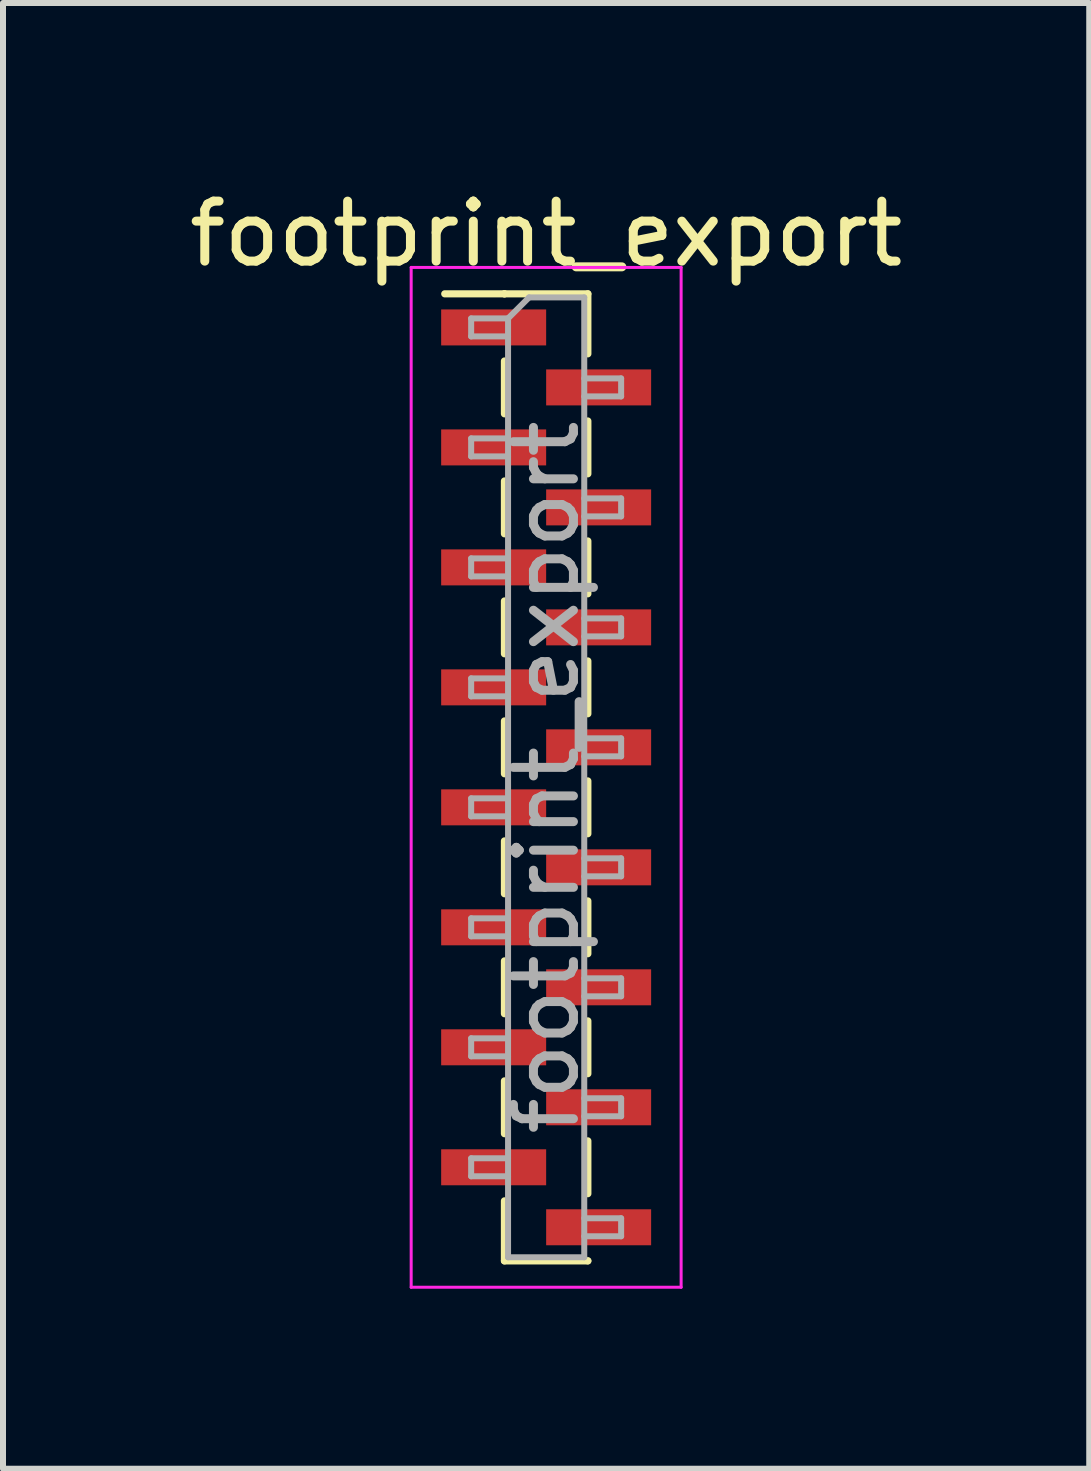
<source format=kicad_pcb>
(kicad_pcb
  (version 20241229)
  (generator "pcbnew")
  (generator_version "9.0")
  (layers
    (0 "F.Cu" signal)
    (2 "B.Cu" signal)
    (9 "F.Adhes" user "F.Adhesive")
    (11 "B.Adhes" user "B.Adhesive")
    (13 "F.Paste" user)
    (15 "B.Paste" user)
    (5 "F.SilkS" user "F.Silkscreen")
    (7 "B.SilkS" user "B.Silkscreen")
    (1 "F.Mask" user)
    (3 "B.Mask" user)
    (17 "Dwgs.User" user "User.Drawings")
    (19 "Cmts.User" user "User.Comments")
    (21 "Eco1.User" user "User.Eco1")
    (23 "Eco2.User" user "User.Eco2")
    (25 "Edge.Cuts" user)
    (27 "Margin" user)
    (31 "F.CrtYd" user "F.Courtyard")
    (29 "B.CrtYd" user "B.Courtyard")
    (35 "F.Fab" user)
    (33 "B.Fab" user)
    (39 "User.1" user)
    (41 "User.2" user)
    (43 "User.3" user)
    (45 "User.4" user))
  (footprint "footprint_export"
    (layer "F.Cu")
    (at 6.054 9.908)
    (property "Reference" "footprint_export" (at 0 -9.06 0) (layer "F.SilkS") (effects (font (size 1 1) (thickness 0.15))))
    (attr smd)
    (fp_line (start -0.695 -8.06) (end -1.69 -8.06) (stroke (width 0.12) (type solid)) (layer "F.SilkS"))
    (fp_line (start -0.695 -8.06) (end -0.695 -8.06) (stroke (width 0.12) (type solid)) (layer "F.SilkS"))
    (fp_line (start -0.695 -8.06) (end 0.695 -8.06) (stroke (width 0.12) (type solid)) (layer "F.SilkS"))
    (fp_line (start -0.695 -6.94) (end -0.695 -6.06) (stroke (width 0.12) (type solid)) (layer "F.SilkS"))
    (fp_line (start -0.695 -4.94) (end -0.695 -4.06) (stroke (width 0.12) (type solid)) (layer "F.SilkS"))
    (fp_line (start -0.695 -2.94) (end -0.695 -2.06) (stroke (width 0.12) (type solid)) (layer "F.SilkS"))
    (fp_line (start -0.695 -0.94) (end -0.695 -0.06) (stroke (width 0.12) (type solid)) (layer "F.SilkS"))
    (fp_line (start -0.695 1.06) (end -0.695 1.94) (stroke (width 0.12) (type solid)) (layer "F.SilkS"))
    (fp_line (start -0.695 3.06) (end -0.695 3.94) (stroke (width 0.12) (type solid)) (layer "F.SilkS"))
    (fp_line (start -0.695 5.06) (end -0.695 5.94) (stroke (width 0.12) (type solid)) (layer "F.SilkS"))
    (fp_line (start -0.695 7.06) (end -0.695 8.06) (stroke (width 0.12) (type solid)) (layer "F.SilkS"))
    (fp_line (start -0.695 8.06) (end 0.695 8.06) (stroke (width 0.12) (type solid)) (layer "F.SilkS"))
    (fp_line (start 0.695 -8.06) (end 0.695 -7.06) (stroke (width 0.12) (type solid)) (layer "F.SilkS"))
    (fp_line (start 0.695 -5.94) (end 0.695 -5.06) (stroke (width 0.12) (type solid)) (layer "F.SilkS"))
    (fp_line (start 0.695 -3.94) (end 0.695 -3.06) (stroke (width 0.12) (type solid)) (layer "F.SilkS"))
    (fp_line (start 0.695 -1.94) (end 0.695 -1.06) (stroke (width 0.12) (type solid)) (layer "F.SilkS"))
    (fp_line (start 0.695 0.06) (end 0.695 0.94) (stroke (width 0.12) (type solid)) (layer "F.SilkS"))
    (fp_line (start 0.695 2.06) (end 0.695 2.94) (stroke (width 0.12) (type solid)) (layer "F.SilkS"))
    (fp_line (start 0.695 4.06) (end 0.695 4.94) (stroke (width 0.12) (type solid)) (layer "F.SilkS"))
    (fp_line (start 0.695 6.06) (end 0.695 6.94) (stroke (width 0.12) (type solid)) (layer "F.SilkS"))
    (fp_line (start 0.695 8.06) (end 0.695 8.06) (stroke (width 0.12) (type solid)) (layer "F.SilkS"))
    (fp_line (start -2.25 -8.5) (end -2.25 8.5) (stroke (width 0.05) (type solid)) (layer "F.CrtYd"))
    (fp_line (start -2.25 8.5) (end 2.25 8.5) (stroke (width 0.05) (type solid)) (layer "F.CrtYd"))
    (fp_line (start 2.25 -8.5) (end -2.25 -8.5) (stroke (width 0.05) (type solid)) (layer "F.CrtYd"))
    (fp_line (start 2.25 8.5) (end 2.25 -8.5) (stroke (width 0.05) (type solid)) (layer "F.CrtYd"))
    (fp_line (start -1.25 -7.65) (end -1.25 -7.35) (stroke (width 0.1) (type solid)) (layer "F.Fab"))
    (fp_line (start -1.25 -7.35) (end -0.635 -7.35) (stroke (width 0.1) (type solid)) (layer "F.Fab"))
    (fp_line (start -1.25 -5.65) (end -1.25 -5.35) (stroke (width 0.1) (type solid)) (layer "F.Fab"))
    (fp_line (start -1.25 -5.35) (end -0.635 -5.35) (stroke (width 0.1) (type solid)) (layer "F.Fab"))
    (fp_line (start -1.25 -3.65) (end -1.25 -3.35) (stroke (width 0.1) (type solid)) (layer "F.Fab"))
    (fp_line (start -1.25 -3.35) (end -0.635 -3.35) (stroke (width 0.1) (type solid)) (layer "F.Fab"))
    (fp_line (start -1.25 -1.65) (end -1.25 -1.35) (stroke (width 0.1) (type solid)) (layer "F.Fab"))
    (fp_line (start -1.25 -1.35) (end -0.635 -1.35) (stroke (width 0.1) (type solid)) (layer "F.Fab"))
    (fp_line (start -1.25 0.35) (end -1.25 0.65) (stroke (width 0.1) (type solid)) (layer "F.Fab"))
    (fp_line (start -1.25 0.65) (end -0.635 0.65) (stroke (width 0.1) (type solid)) (layer "F.Fab"))
    (fp_line (start -1.25 2.35) (end -1.25 2.65) (stroke (width 0.1) (type solid)) (layer "F.Fab"))
    (fp_line (start -1.25 2.65) (end -0.635 2.65) (stroke (width 0.1) (type solid)) (layer "F.Fab"))
    (fp_line (start -1.25 4.35) (end -1.25 4.65) (stroke (width 0.1) (type solid)) (layer "F.Fab"))
    (fp_line (start -1.25 4.65) (end -0.635 4.65) (stroke (width 0.1) (type solid)) (layer "F.Fab"))
    (fp_line (start -1.25 6.35) (end -1.25 6.65) (stroke (width 0.1) (type solid)) (layer "F.Fab"))
    (fp_line (start -1.25 6.65) (end -0.635 6.65) (stroke (width 0.1) (type solid)) (layer "F.Fab"))
    (fp_line (start -0.635 -7.65) (end -1.25 -7.65) (stroke (width 0.1) (type solid)) (layer "F.Fab"))
    (fp_line (start -0.635 -7.65) (end -0.285 -8) (stroke (width 0.1) (type solid)) (layer "F.Fab"))
    (fp_line (start -0.635 -5.65) (end -1.25 -5.65) (stroke (width 0.1) (type solid)) (layer "F.Fab"))
    (fp_line (start -0.635 -3.65) (end -1.25 -3.65) (stroke (width 0.1) (type solid)) (layer "F.Fab"))
    (fp_line (start -0.635 -1.65) (end -1.25 -1.65) (stroke (width 0.1) (type solid)) (layer "F.Fab"))
    (fp_line (start -0.635 0.35) (end -1.25 0.35) (stroke (width 0.1) (type solid)) (layer "F.Fab"))
    (fp_line (start -0.635 2.35) (end -1.25 2.35) (stroke (width 0.1) (type solid)) (layer "F.Fab"))
    (fp_line (start -0.635 4.35) (end -1.25 4.35) (stroke (width 0.1) (type solid)) (layer "F.Fab"))
    (fp_line (start -0.635 6.35) (end -1.25 6.35) (stroke (width 0.1) (type solid)) (layer "F.Fab"))
    (fp_line (start -0.635 8) (end -0.635 -7.65) (stroke (width 0.1) (type solid)) (layer "F.Fab"))
    (fp_line (start -0.285 -8) (end 0.635 -8) (stroke (width 0.1) (type solid)) (layer "F.Fab"))
    (fp_line (start 0.635 -8) (end 0.635 8) (stroke (width 0.1) (type solid)) (layer "F.Fab"))
    (fp_line (start 0.635 -6.65) (end 1.25 -6.65) (stroke (width 0.1) (type solid)) (layer "F.Fab"))
    (fp_line (start 0.635 -4.65) (end 1.25 -4.65) (stroke (width 0.1) (type solid)) (layer "F.Fab"))
    (fp_line (start 0.635 -2.65) (end 1.25 -2.65) (stroke (width 0.1) (type solid)) (layer "F.Fab"))
    (fp_line (start 0.635 -0.65) (end 1.25 -0.65) (stroke (width 0.1) (type solid)) (layer "F.Fab"))
    (fp_line (start 0.635 1.35) (end 1.25 1.35) (stroke (width 0.1) (type solid)) (layer "F.Fab"))
    (fp_line (start 0.635 3.35) (end 1.25 3.35) (stroke (width 0.1) (type solid)) (layer "F.Fab"))
    (fp_line (start 0.635 5.35) (end 1.25 5.35) (stroke (width 0.1) (type solid)) (layer "F.Fab"))
    (fp_line (start 0.635 7.35) (end 1.25 7.35) (stroke (width 0.1) (type solid)) (layer "F.Fab"))
    (fp_line (start 0.635 8) (end -0.635 8) (stroke (width 0.1) (type solid)) (layer "F.Fab"))
    (fp_line (start 1.25 -6.65) (end 1.25 -6.35) (stroke (width 0.1) (type solid)) (layer "F.Fab"))
    (fp_line (start 1.25 -6.35) (end 0.635 -6.35) (stroke (width 0.1) (type solid)) (layer "F.Fab"))
    (fp_line (start 1.25 -4.65) (end 1.25 -4.35) (stroke (width 0.1) (type solid)) (layer "F.Fab"))
    (fp_line (start 1.25 -4.35) (end 0.635 -4.35) (stroke (width 0.1) (type solid)) (layer "F.Fab"))
    (fp_line (start 1.25 -2.65) (end 1.25 -2.35) (stroke (width 0.1) (type solid)) (layer "F.Fab"))
    (fp_line (start 1.25 -2.35) (end 0.635 -2.35) (stroke (width 0.1) (type solid)) (layer "F.Fab"))
    (fp_line (start 1.25 -0.65) (end 1.25 -0.35) (stroke (width 0.1) (type solid)) (layer "F.Fab"))
    (fp_line (start 1.25 -0.35) (end 0.635 -0.35) (stroke (width 0.1) (type solid)) (layer "F.Fab"))
    (fp_line (start 1.25 1.35) (end 1.25 1.65) (stroke (width 0.1) (type solid)) (layer "F.Fab"))
    (fp_line (start 1.25 1.65) (end 0.635 1.65) (stroke (width 0.1) (type solid)) (layer "F.Fab"))
    (fp_line (start 1.25 3.35) (end 1.25 3.65) (stroke (width 0.1) (type solid)) (layer "F.Fab"))
    (fp_line (start 1.25 3.65) (end 0.635 3.65) (stroke (width 0.1) (type solid)) (layer "F.Fab"))
    (fp_line (start 1.25 5.35) (end 1.25 5.65) (stroke (width 0.1) (type solid)) (layer "F.Fab"))
    (fp_line (start 1.25 5.65) (end 0.635 5.65) (stroke (width 0.1) (type solid)) (layer "F.Fab"))
    (fp_line (start 1.25 7.35) (end 1.25 7.65) (stroke (width 0.1) (type solid)) (layer "F.Fab"))
    (fp_line (start 1.25 7.65) (end 0.635 7.65) (stroke (width 0.1) (type solid)) (layer "F.Fab"))
    (fp_text user "${REFERENCE}" (at 0 0 90) (layer "F.Fab") (effects (font (size 1 1) (thickness 0.15))))
    (pad "1" smd rect (at -0.875 -7.5) (size 1.75 0.6) (layers "F.Cu" "F.Mask" "F.Paste"))
    (pad "2" smd rect (at 0.875 -6.5) (size 1.75 0.6) (layers "F.Cu" "F.Mask" "F.Paste"))
    (pad "3" smd rect (at -0.875 -5.5) (size 1.75 0.6) (layers "F.Cu" "F.Mask" "F.Paste"))
    (pad "4" smd rect (at 0.875 -4.5) (size 1.75 0.6) (layers "F.Cu" "F.Mask" "F.Paste"))
    (pad "5" smd rect (at -0.875 -3.5) (size 1.75 0.6) (layers "F.Cu" "F.Mask" "F.Paste"))
    (pad "6" smd rect (at 0.875 -2.5) (size 1.75 0.6) (layers "F.Cu" "F.Mask" "F.Paste"))
    (pad "7" smd rect (at -0.875 -1.5) (size 1.75 0.6) (layers "F.Cu" "F.Mask" "F.Paste"))
    (pad "8" smd rect (at 0.875 -0.5) (size 1.75 0.6) (layers "F.Cu" "F.Mask" "F.Paste"))
    (pad "9" smd rect (at -0.875 0.5) (size 1.75 0.6) (layers "F.Cu" "F.Mask" "F.Paste"))
    (pad "10" smd rect (at 0.875 1.5) (size 1.75 0.6) (layers "F.Cu" "F.Mask" "F.Paste"))
    (pad "11" smd rect (at -0.875 2.5) (size 1.75 0.6) (layers "F.Cu" "F.Mask" "F.Paste"))
    (pad "12" smd rect (at 0.875 3.5) (size 1.75 0.6) (layers "F.Cu" "F.Mask" "F.Paste"))
    (pad "13" smd rect (at -0.875 4.5) (size 1.75 0.6) (layers "F.Cu" "F.Mask" "F.Paste"))
    (pad "14" smd rect (at 0.875 5.5) (size 1.75 0.6) (layers "F.Cu" "F.Mask" "F.Paste"))
    (pad "15" smd rect (at -0.875 6.5) (size 1.75 0.6) (layers "F.Cu" "F.Mask" "F.Paste"))
    (pad "16" smd rect (at 0.875 7.5) (size 1.75 0.6) (layers "F.Cu" "F.Mask" "F.Paste")))
  (gr_rect
    (start -3 -3)
    (end 15.107 21.433)
    (stroke (width 0.1) (type default))
    (fill no)
    (layer "Edge.Cuts")))
</source>
